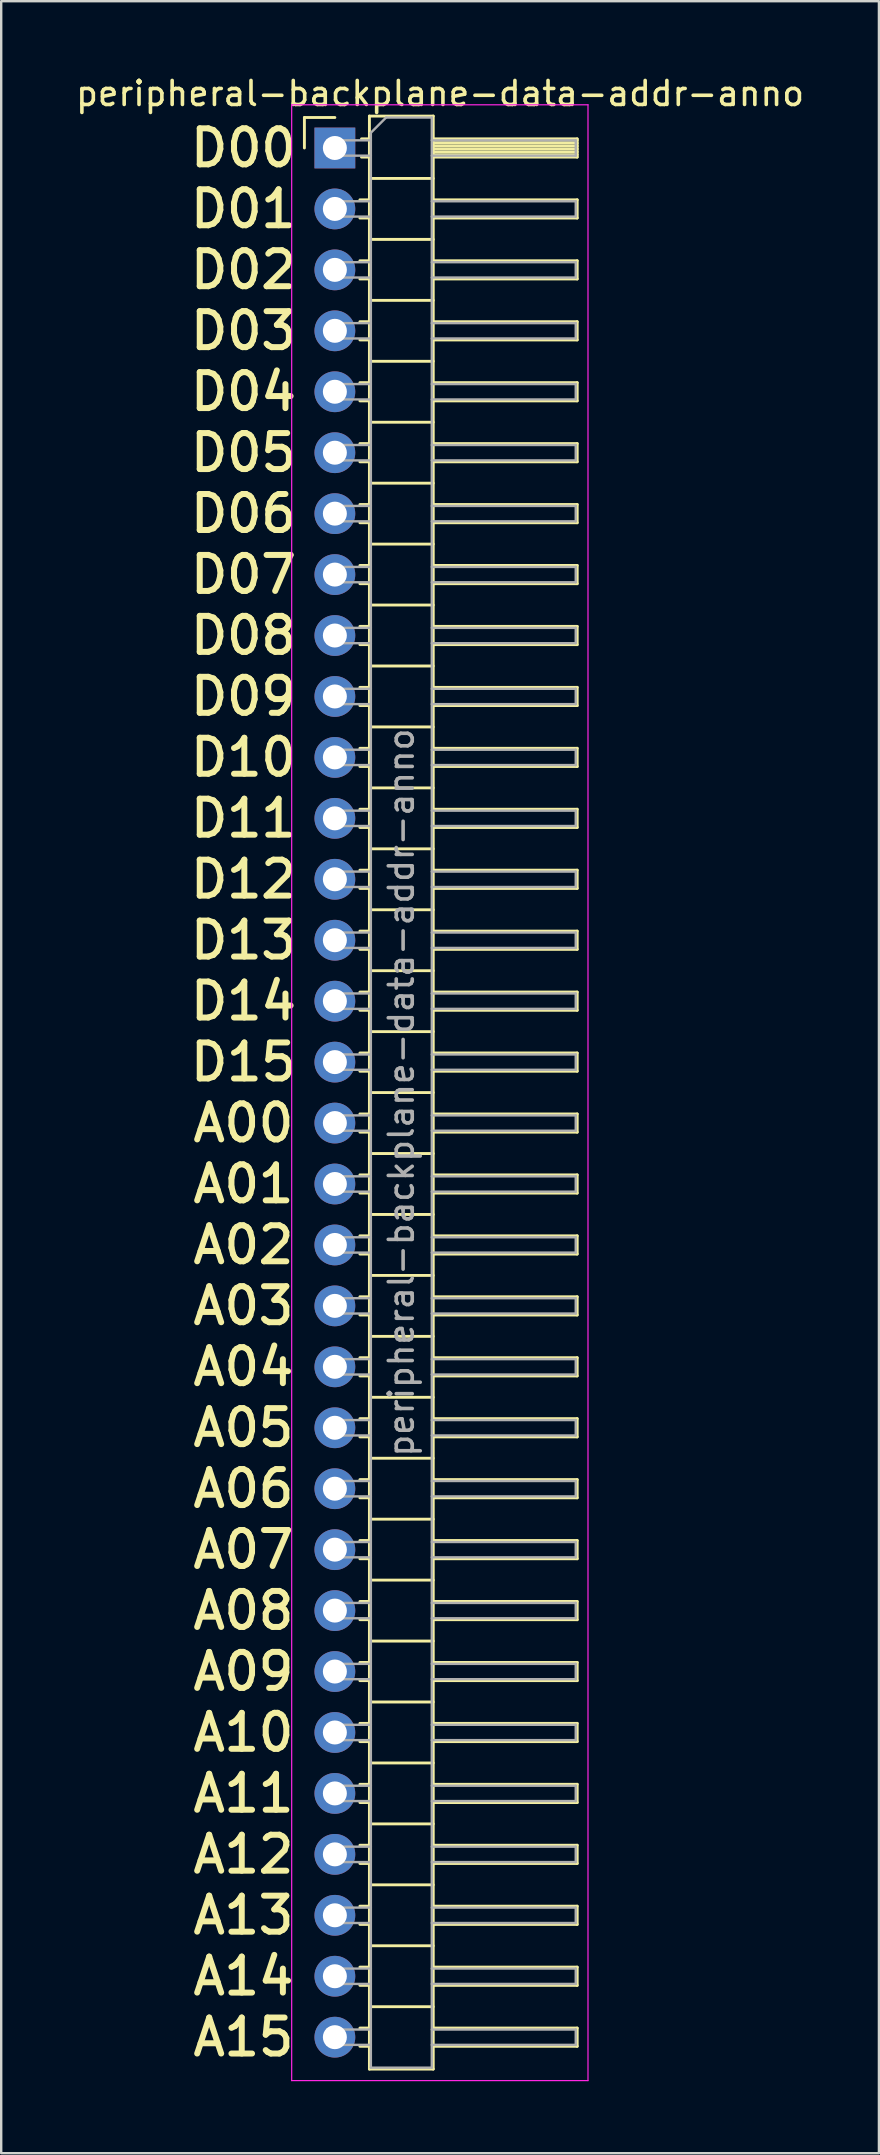
<source format=kicad_pcb>
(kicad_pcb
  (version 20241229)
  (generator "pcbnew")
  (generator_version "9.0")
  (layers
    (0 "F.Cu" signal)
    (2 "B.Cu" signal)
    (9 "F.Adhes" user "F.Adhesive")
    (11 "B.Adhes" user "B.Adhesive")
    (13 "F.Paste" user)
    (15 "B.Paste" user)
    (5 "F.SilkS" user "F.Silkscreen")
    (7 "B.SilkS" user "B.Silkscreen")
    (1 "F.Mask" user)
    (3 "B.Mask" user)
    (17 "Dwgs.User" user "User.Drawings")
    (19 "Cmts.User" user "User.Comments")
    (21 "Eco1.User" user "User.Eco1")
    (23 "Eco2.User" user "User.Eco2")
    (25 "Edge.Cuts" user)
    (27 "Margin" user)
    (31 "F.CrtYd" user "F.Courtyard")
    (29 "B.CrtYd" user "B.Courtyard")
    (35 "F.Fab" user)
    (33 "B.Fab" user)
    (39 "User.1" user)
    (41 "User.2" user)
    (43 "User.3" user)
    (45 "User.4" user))
  (footprint "peripheral-backplane-data-addr-anno"
    (layer "F.Cu")
    (at 10.907 3.118)
    (property "Reference" "peripheral-backplane-data-addr-anno" (at 4.385 -2.27 0) (layer "F.SilkS") (effects (font (size 1 1) (thickness 0.15))))
    (attr through_hole)
    (fp_line (start -1.27 -1.27) (end 0 -1.27) (stroke (width 0.12) (type solid)) (layer "F.SilkS"))
    (fp_line (start -1.27 0) (end -1.27 -1.27) (stroke (width 0.12) (type solid)) (layer "F.SilkS"))
    (fp_line (start 1.043 2.16) (end 1.44 2.16) (stroke (width 0.12) (type solid)) (layer "F.SilkS"))
    (fp_line (start 1.043 2.92) (end 1.44 2.92) (stroke (width 0.12) (type solid)) (layer "F.SilkS"))
    (fp_line (start 1.043 4.7) (end 1.44 4.7) (stroke (width 0.12) (type solid)) (layer "F.SilkS"))
    (fp_line (start 1.043 5.46) (end 1.44 5.46) (stroke (width 0.12) (type solid)) (layer "F.SilkS"))
    (fp_line (start 1.043 7.24) (end 1.44 7.24) (stroke (width 0.12) (type solid)) (layer "F.SilkS"))
    (fp_line (start 1.043 8) (end 1.44 8) (stroke (width 0.12) (type solid)) (layer "F.SilkS"))
    (fp_line (start 1.043 9.78) (end 1.44 9.78) (stroke (width 0.12) (type solid)) (layer "F.SilkS"))
    (fp_line (start 1.043 10.54) (end 1.44 10.54) (stroke (width 0.12) (type solid)) (layer "F.SilkS"))
    (fp_line (start 1.043 12.32) (end 1.44 12.32) (stroke (width 0.12) (type solid)) (layer "F.SilkS"))
    (fp_line (start 1.043 13.08) (end 1.44 13.08) (stroke (width 0.12) (type solid)) (layer "F.SilkS"))
    (fp_line (start 1.043 14.86) (end 1.44 14.86) (stroke (width 0.12) (type solid)) (layer "F.SilkS"))
    (fp_line (start 1.043 15.62) (end 1.44 15.62) (stroke (width 0.12) (type solid)) (layer "F.SilkS"))
    (fp_line (start 1.043 17.4) (end 1.44 17.4) (stroke (width 0.12) (type solid)) (layer "F.SilkS"))
    (fp_line (start 1.043 18.16) (end 1.44 18.16) (stroke (width 0.12) (type solid)) (layer "F.SilkS"))
    (fp_line (start 1.043 19.94) (end 1.44 19.94) (stroke (width 0.12) (type solid)) (layer "F.SilkS"))
    (fp_line (start 1.043 20.7) (end 1.44 20.7) (stroke (width 0.12) (type solid)) (layer "F.SilkS"))
    (fp_line (start 1.043 22.48) (end 1.44 22.48) (stroke (width 0.12) (type solid)) (layer "F.SilkS"))
    (fp_line (start 1.043 23.24) (end 1.44 23.24) (stroke (width 0.12) (type solid)) (layer "F.SilkS"))
    (fp_line (start 1.043 25.02) (end 1.44 25.02) (stroke (width 0.12) (type solid)) (layer "F.SilkS"))
    (fp_line (start 1.043 25.78) (end 1.44 25.78) (stroke (width 0.12) (type solid)) (layer "F.SilkS"))
    (fp_line (start 1.043 27.56) (end 1.44 27.56) (stroke (width 0.12) (type solid)) (layer "F.SilkS"))
    (fp_line (start 1.043 28.32) (end 1.44 28.32) (stroke (width 0.12) (type solid)) (layer "F.SilkS"))
    (fp_line (start 1.043 30.1) (end 1.44 30.1) (stroke (width 0.12) (type solid)) (layer "F.SilkS"))
    (fp_line (start 1.043 30.86) (end 1.44 30.86) (stroke (width 0.12) (type solid)) (layer "F.SilkS"))
    (fp_line (start 1.043 32.64) (end 1.44 32.64) (stroke (width 0.12) (type solid)) (layer "F.SilkS"))
    (fp_line (start 1.043 33.4) (end 1.44 33.4) (stroke (width 0.12) (type solid)) (layer "F.SilkS"))
    (fp_line (start 1.043 35.18) (end 1.44 35.18) (stroke (width 0.12) (type solid)) (layer "F.SilkS"))
    (fp_line (start 1.043 35.94) (end 1.44 35.94) (stroke (width 0.12) (type solid)) (layer "F.SilkS"))
    (fp_line (start 1.043 37.72) (end 1.44 37.72) (stroke (width 0.12) (type solid)) (layer "F.SilkS"))
    (fp_line (start 1.043 38.48) (end 1.44 38.48) (stroke (width 0.12) (type solid)) (layer "F.SilkS"))
    (fp_line (start 1.043 40.26) (end 1.44 40.26) (stroke (width 0.12) (type solid)) (layer "F.SilkS"))
    (fp_line (start 1.043 41.02) (end 1.44 41.02) (stroke (width 0.12) (type solid)) (layer "F.SilkS"))
    (fp_line (start 1.043 42.8) (end 1.44 42.8) (stroke (width 0.12) (type solid)) (layer "F.SilkS"))
    (fp_line (start 1.043 43.56) (end 1.44 43.56) (stroke (width 0.12) (type solid)) (layer "F.SilkS"))
    (fp_line (start 1.043 45.34) (end 1.44 45.34) (stroke (width 0.12) (type solid)) (layer "F.SilkS"))
    (fp_line (start 1.043 46.1) (end 1.44 46.1) (stroke (width 0.12) (type solid)) (layer "F.SilkS"))
    (fp_line (start 1.043 47.88) (end 1.44 47.88) (stroke (width 0.12) (type solid)) (layer "F.SilkS"))
    (fp_line (start 1.043 48.64) (end 1.44 48.64) (stroke (width 0.12) (type solid)) (layer "F.SilkS"))
    (fp_line (start 1.043 50.42) (end 1.44 50.42) (stroke (width 0.12) (type solid)) (layer "F.SilkS"))
    (fp_line (start 1.043 51.18) (end 1.44 51.18) (stroke (width 0.12) (type solid)) (layer "F.SilkS"))
    (fp_line (start 1.043 52.96) (end 1.44 52.96) (stroke (width 0.12) (type solid)) (layer "F.SilkS"))
    (fp_line (start 1.043 53.72) (end 1.44 53.72) (stroke (width 0.12) (type solid)) (layer "F.SilkS"))
    (fp_line (start 1.043 55.5) (end 1.44 55.5) (stroke (width 0.12) (type solid)) (layer "F.SilkS"))
    (fp_line (start 1.043 56.26) (end 1.44 56.26) (stroke (width 0.12) (type solid)) (layer "F.SilkS"))
    (fp_line (start 1.043 58.04) (end 1.44 58.04) (stroke (width 0.12) (type solid)) (layer "F.SilkS"))
    (fp_line (start 1.043 58.8) (end 1.44 58.8) (stroke (width 0.12) (type solid)) (layer "F.SilkS"))
    (fp_line (start 1.043 60.58) (end 1.44 60.58) (stroke (width 0.12) (type solid)) (layer "F.SilkS"))
    (fp_line (start 1.043 61.34) (end 1.44 61.34) (stroke (width 0.12) (type solid)) (layer "F.SilkS"))
    (fp_line (start 1.043 63.12) (end 1.44 63.12) (stroke (width 0.12) (type solid)) (layer "F.SilkS"))
    (fp_line (start 1.043 63.88) (end 1.44 63.88) (stroke (width 0.12) (type solid)) (layer "F.SilkS"))
    (fp_line (start 1.043 65.66) (end 1.44 65.66) (stroke (width 0.12) (type solid)) (layer "F.SilkS"))
    (fp_line (start 1.043 66.42) (end 1.44 66.42) (stroke (width 0.12) (type solid)) (layer "F.SilkS"))
    (fp_line (start 1.043 68.2) (end 1.44 68.2) (stroke (width 0.12) (type solid)) (layer "F.SilkS"))
    (fp_line (start 1.043 68.96) (end 1.44 68.96) (stroke (width 0.12) (type solid)) (layer "F.SilkS"))
    (fp_line (start 1.043 70.74) (end 1.44 70.74) (stroke (width 0.12) (type solid)) (layer "F.SilkS"))
    (fp_line (start 1.043 71.5) (end 1.44 71.5) (stroke (width 0.12) (type solid)) (layer "F.SilkS"))
    (fp_line (start 1.043 73.28) (end 1.44 73.28) (stroke (width 0.12) (type solid)) (layer "F.SilkS"))
    (fp_line (start 1.043 74.04) (end 1.44 74.04) (stroke (width 0.12) (type solid)) (layer "F.SilkS"))
    (fp_line (start 1.043 75.82) (end 1.44 75.82) (stroke (width 0.12) (type solid)) (layer "F.SilkS"))
    (fp_line (start 1.043 76.58) (end 1.44 76.58) (stroke (width 0.12) (type solid)) (layer "F.SilkS"))
    (fp_line (start 1.043 78.36) (end 1.44 78.36) (stroke (width 0.12) (type solid)) (layer "F.SilkS"))
    (fp_line (start 1.043 79.12) (end 1.44 79.12) (stroke (width 0.12) (type solid)) (layer "F.SilkS"))
    (fp_line (start 1.11 -0.38) (end 1.44 -0.38) (stroke (width 0.12) (type solid)) (layer "F.SilkS"))
    (fp_line (start 1.11 0.38) (end 1.44 0.38) (stroke (width 0.12) (type solid)) (layer "F.SilkS"))
    (fp_line (start 1.44 -1.33) (end 1.44 80.07) (stroke (width 0.12) (type solid)) (layer "F.SilkS"))
    (fp_line (start 1.44 1.27) (end 4.1 1.27) (stroke (width 0.12) (type solid)) (layer "F.SilkS"))
    (fp_line (start 1.44 3.81) (end 4.1 3.81) (stroke (width 0.12) (type solid)) (layer "F.SilkS"))
    (fp_line (start 1.44 6.35) (end 4.1 6.35) (stroke (width 0.12) (type solid)) (layer "F.SilkS"))
    (fp_line (start 1.44 8.89) (end 4.1 8.89) (stroke (width 0.12) (type solid)) (layer "F.SilkS"))
    (fp_line (start 1.44 11.43) (end 4.1 11.43) (stroke (width 0.12) (type solid)) (layer "F.SilkS"))
    (fp_line (start 1.44 13.97) (end 4.1 13.97) (stroke (width 0.12) (type solid)) (layer "F.SilkS"))
    (fp_line (start 1.44 16.51) (end 4.1 16.51) (stroke (width 0.12) (type solid)) (layer "F.SilkS"))
    (fp_line (start 1.44 19.05) (end 4.1 19.05) (stroke (width 0.12) (type solid)) (layer "F.SilkS"))
    (fp_line (start 1.44 21.59) (end 4.1 21.59) (stroke (width 0.12) (type solid)) (layer "F.SilkS"))
    (fp_line (start 1.44 24.13) (end 4.1 24.13) (stroke (width 0.12) (type solid)) (layer "F.SilkS"))
    (fp_line (start 1.44 26.67) (end 4.1 26.67) (stroke (width 0.12) (type solid)) (layer "F.SilkS"))
    (fp_line (start 1.44 29.21) (end 4.1 29.21) (stroke (width 0.12) (type solid)) (layer "F.SilkS"))
    (fp_line (start 1.44 31.75) (end 4.1 31.75) (stroke (width 0.12) (type solid)) (layer "F.SilkS"))
    (fp_line (start 1.44 34.29) (end 4.1 34.29) (stroke (width 0.12) (type solid)) (layer "F.SilkS"))
    (fp_line (start 1.44 36.83) (end 4.1 36.83) (stroke (width 0.12) (type solid)) (layer "F.SilkS"))
    (fp_line (start 1.44 39.37) (end 4.1 39.37) (stroke (width 0.12) (type solid)) (layer "F.SilkS"))
    (fp_line (start 1.44 41.91) (end 4.1 41.91) (stroke (width 0.12) (type solid)) (layer "F.SilkS"))
    (fp_line (start 1.44 44.45) (end 4.1 44.45) (stroke (width 0.12) (type solid)) (layer "F.SilkS"))
    (fp_line (start 1.44 46.99) (end 4.1 46.99) (stroke (width 0.12) (type solid)) (layer "F.SilkS"))
    (fp_line (start 1.44 49.53) (end 4.1 49.53) (stroke (width 0.12) (type solid)) (layer "F.SilkS"))
    (fp_line (start 1.44 52.07) (end 4.1 52.07) (stroke (width 0.12) (type solid)) (layer "F.SilkS"))
    (fp_line (start 1.44 54.61) (end 4.1 54.61) (stroke (width 0.12) (type solid)) (layer "F.SilkS"))
    (fp_line (start 1.44 57.15) (end 4.1 57.15) (stroke (width 0.12) (type solid)) (layer "F.SilkS"))
    (fp_line (start 1.44 59.69) (end 4.1 59.69) (stroke (width 0.12) (type solid)) (layer "F.SilkS"))
    (fp_line (start 1.44 62.23) (end 4.1 62.23) (stroke (width 0.12) (type solid)) (layer "F.SilkS"))
    (fp_line (start 1.44 64.77) (end 4.1 64.77) (stroke (width 0.12) (type solid)) (layer "F.SilkS"))
    (fp_line (start 1.44 67.31) (end 4.1 67.31) (stroke (width 0.12) (type solid)) (layer "F.SilkS"))
    (fp_line (start 1.44 69.85) (end 4.1 69.85) (stroke (width 0.12) (type solid)) (layer "F.SilkS"))
    (fp_line (start 1.44 72.39) (end 4.1 72.39) (stroke (width 0.12) (type solid)) (layer "F.SilkS"))
    (fp_line (start 1.44 74.93) (end 4.1 74.93) (stroke (width 0.12) (type solid)) (layer "F.SilkS"))
    (fp_line (start 1.44 77.47) (end 4.1 77.47) (stroke (width 0.12) (type solid)) (layer "F.SilkS"))
    (fp_line (start 1.44 80.07) (end 4.1 80.07) (stroke (width 0.12) (type solid)) (layer "F.SilkS"))
    (fp_line (start 4.1 -1.33) (end 1.44 -1.33) (stroke (width 0.12) (type solid)) (layer "F.SilkS"))
    (fp_line (start 4.1 -0.38) (end 10.1 -0.38) (stroke (width 0.12) (type solid)) (layer "F.SilkS"))
    (fp_line (start 4.1 -0.32) (end 10.1 -0.32) (stroke (width 0.12) (type solid)) (layer "F.SilkS"))
    (fp_line (start 4.1 -0.2) (end 10.1 -0.2) (stroke (width 0.12) (type solid)) (layer "F.SilkS"))
    (fp_line (start 4.1 -0.08) (end 10.1 -0.08) (stroke (width 0.12) (type solid)) (layer "F.SilkS"))
    (fp_line (start 4.1 0.04) (end 10.1 0.04) (stroke (width 0.12) (type solid)) (layer "F.SilkS"))
    (fp_line (start 4.1 0.16) (end 10.1 0.16) (stroke (width 0.12) (type solid)) (layer "F.SilkS"))
    (fp_line (start 4.1 0.28) (end 10.1 0.28) (stroke (width 0.12) (type solid)) (layer "F.SilkS"))
    (fp_line (start 4.1 2.16) (end 10.1 2.16) (stroke (width 0.12) (type solid)) (layer "F.SilkS"))
    (fp_line (start 4.1 4.7) (end 10.1 4.7) (stroke (width 0.12) (type solid)) (layer "F.SilkS"))
    (fp_line (start 4.1 7.24) (end 10.1 7.24) (stroke (width 0.12) (type solid)) (layer "F.SilkS"))
    (fp_line (start 4.1 9.78) (end 10.1 9.78) (stroke (width 0.12) (type solid)) (layer "F.SilkS"))
    (fp_line (start 4.1 12.32) (end 10.1 12.32) (stroke (width 0.12) (type solid)) (layer "F.SilkS"))
    (fp_line (start 4.1 14.86) (end 10.1 14.86) (stroke (width 0.12) (type solid)) (layer "F.SilkS"))
    (fp_line (start 4.1 17.4) (end 10.1 17.4) (stroke (width 0.12) (type solid)) (layer "F.SilkS"))
    (fp_line (start 4.1 19.94) (end 10.1 19.94) (stroke (width 0.12) (type solid)) (layer "F.SilkS"))
    (fp_line (start 4.1 22.48) (end 10.1 22.48) (stroke (width 0.12) (type solid)) (layer "F.SilkS"))
    (fp_line (start 4.1 25.02) (end 10.1 25.02) (stroke (width 0.12) (type solid)) (layer "F.SilkS"))
    (fp_line (start 4.1 27.56) (end 10.1 27.56) (stroke (width 0.12) (type solid)) (layer "F.SilkS"))
    (fp_line (start 4.1 30.1) (end 10.1 30.1) (stroke (width 0.12) (type solid)) (layer "F.SilkS"))
    (fp_line (start 4.1 32.64) (end 10.1 32.64) (stroke (width 0.12) (type solid)) (layer "F.SilkS"))
    (fp_line (start 4.1 35.18) (end 10.1 35.18) (stroke (width 0.12) (type solid)) (layer "F.SilkS"))
    (fp_line (start 4.1 37.72) (end 10.1 37.72) (stroke (width 0.12) (type solid)) (layer "F.SilkS"))
    (fp_line (start 4.1 40.26) (end 10.1 40.26) (stroke (width 0.12) (type solid)) (layer "F.SilkS"))
    (fp_line (start 4.1 42.8) (end 10.1 42.8) (stroke (width 0.12) (type solid)) (layer "F.SilkS"))
    (fp_line (start 4.1 45.34) (end 10.1 45.34) (stroke (width 0.12) (type solid)) (layer "F.SilkS"))
    (fp_line (start 4.1 47.88) (end 10.1 47.88) (stroke (width 0.12) (type solid)) (layer "F.SilkS"))
    (fp_line (start 4.1 50.42) (end 10.1 50.42) (stroke (width 0.12) (type solid)) (layer "F.SilkS"))
    (fp_line (start 4.1 52.96) (end 10.1 52.96) (stroke (width 0.12) (type solid)) (layer "F.SilkS"))
    (fp_line (start 4.1 55.5) (end 10.1 55.5) (stroke (width 0.12) (type solid)) (layer "F.SilkS"))
    (fp_line (start 4.1 58.04) (end 10.1 58.04) (stroke (width 0.12) (type solid)) (layer "F.SilkS"))
    (fp_line (start 4.1 60.58) (end 10.1 60.58) (stroke (width 0.12) (type solid)) (layer "F.SilkS"))
    (fp_line (start 4.1 63.12) (end 10.1 63.12) (stroke (width 0.12) (type solid)) (layer "F.SilkS"))
    (fp_line (start 4.1 65.66) (end 10.1 65.66) (stroke (width 0.12) (type solid)) (layer "F.SilkS"))
    (fp_line (start 4.1 68.2) (end 10.1 68.2) (stroke (width 0.12) (type solid)) (layer "F.SilkS"))
    (fp_line (start 4.1 70.74) (end 10.1 70.74) (stroke (width 0.12) (type solid)) (layer "F.SilkS"))
    (fp_line (start 4.1 73.28) (end 10.1 73.28) (stroke (width 0.12) (type solid)) (layer "F.SilkS"))
    (fp_line (start 4.1 75.82) (end 10.1 75.82) (stroke (width 0.12) (type solid)) (layer "F.SilkS"))
    (fp_line (start 4.1 78.36) (end 10.1 78.36) (stroke (width 0.12) (type solid)) (layer "F.SilkS"))
    (fp_line (start 4.1 80.07) (end 4.1 -1.33) (stroke (width 0.12) (type solid)) (layer "F.SilkS"))
    (fp_line (start 10.1 -0.38) (end 10.1 0.38) (stroke (width 0.12) (type solid)) (layer "F.SilkS"))
    (fp_line (start 10.1 0.38) (end 4.1 0.38) (stroke (width 0.12) (type solid)) (layer "F.SilkS"))
    (fp_line (start 10.1 2.16) (end 10.1 2.92) (stroke (width 0.12) (type solid)) (layer "F.SilkS"))
    (fp_line (start 10.1 2.92) (end 4.1 2.92) (stroke (width 0.12) (type solid)) (layer "F.SilkS"))
    (fp_line (start 10.1 4.7) (end 10.1 5.46) (stroke (width 0.12) (type solid)) (layer "F.SilkS"))
    (fp_line (start 10.1 5.46) (end 4.1 5.46) (stroke (width 0.12) (type solid)) (layer "F.SilkS"))
    (fp_line (start 10.1 7.24) (end 10.1 8) (stroke (width 0.12) (type solid)) (layer "F.SilkS"))
    (fp_line (start 10.1 8) (end 4.1 8) (stroke (width 0.12) (type solid)) (layer "F.SilkS"))
    (fp_line (start 10.1 9.78) (end 10.1 10.54) (stroke (width 0.12) (type solid)) (layer "F.SilkS"))
    (fp_line (start 10.1 10.54) (end 4.1 10.54) (stroke (width 0.12) (type solid)) (layer "F.SilkS"))
    (fp_line (start 10.1 12.32) (end 10.1 13.08) (stroke (width 0.12) (type solid)) (layer "F.SilkS"))
    (fp_line (start 10.1 13.08) (end 4.1 13.08) (stroke (width 0.12) (type solid)) (layer "F.SilkS"))
    (fp_line (start 10.1 14.86) (end 10.1 15.62) (stroke (width 0.12) (type solid)) (layer "F.SilkS"))
    (fp_line (start 10.1 15.62) (end 4.1 15.62) (stroke (width 0.12) (type solid)) (layer "F.SilkS"))
    (fp_line (start 10.1 17.4) (end 10.1 18.16) (stroke (width 0.12) (type solid)) (layer "F.SilkS"))
    (fp_line (start 10.1 18.16) (end 4.1 18.16) (stroke (width 0.12) (type solid)) (layer "F.SilkS"))
    (fp_line (start 10.1 19.94) (end 10.1 20.7) (stroke (width 0.12) (type solid)) (layer "F.SilkS"))
    (fp_line (start 10.1 20.7) (end 4.1 20.7) (stroke (width 0.12) (type solid)) (layer "F.SilkS"))
    (fp_line (start 10.1 22.48) (end 10.1 23.24) (stroke (width 0.12) (type solid)) (layer "F.SilkS"))
    (fp_line (start 10.1 23.24) (end 4.1 23.24) (stroke (width 0.12) (type solid)) (layer "F.SilkS"))
    (fp_line (start 10.1 25.02) (end 10.1 25.78) (stroke (width 0.12) (type solid)) (layer "F.SilkS"))
    (fp_line (start 10.1 25.78) (end 4.1 25.78) (stroke (width 0.12) (type solid)) (layer "F.SilkS"))
    (fp_line (start 10.1 27.56) (end 10.1 28.32) (stroke (width 0.12) (type solid)) (layer "F.SilkS"))
    (fp_line (start 10.1 28.32) (end 4.1 28.32) (stroke (width 0.12) (type solid)) (layer "F.SilkS"))
    (fp_line (start 10.1 30.1) (end 10.1 30.86) (stroke (width 0.12) (type solid)) (layer "F.SilkS"))
    (fp_line (start 10.1 30.86) (end 4.1 30.86) (stroke (width 0.12) (type solid)) (layer "F.SilkS"))
    (fp_line (start 10.1 32.64) (end 10.1 33.4) (stroke (width 0.12) (type solid)) (layer "F.SilkS"))
    (fp_line (start 10.1 33.4) (end 4.1 33.4) (stroke (width 0.12) (type solid)) (layer "F.SilkS"))
    (fp_line (start 10.1 35.18) (end 10.1 35.94) (stroke (width 0.12) (type solid)) (layer "F.SilkS"))
    (fp_line (start 10.1 35.94) (end 4.1 35.94) (stroke (width 0.12) (type solid)) (layer "F.SilkS"))
    (fp_line (start 10.1 37.72) (end 10.1 38.48) (stroke (width 0.12) (type solid)) (layer "F.SilkS"))
    (fp_line (start 10.1 38.48) (end 4.1 38.48) (stroke (width 0.12) (type solid)) (layer "F.SilkS"))
    (fp_line (start 10.1 40.26) (end 10.1 41.02) (stroke (width 0.12) (type solid)) (layer "F.SilkS"))
    (fp_line (start 10.1 41.02) (end 4.1 41.02) (stroke (width 0.12) (type solid)) (layer "F.SilkS"))
    (fp_line (start 10.1 42.8) (end 10.1 43.56) (stroke (width 0.12) (type solid)) (layer "F.SilkS"))
    (fp_line (start 10.1 43.56) (end 4.1 43.56) (stroke (width 0.12) (type solid)) (layer "F.SilkS"))
    (fp_line (start 10.1 45.34) (end 10.1 46.1) (stroke (width 0.12) (type solid)) (layer "F.SilkS"))
    (fp_line (start 10.1 46.1) (end 4.1 46.1) (stroke (width 0.12) (type solid)) (layer "F.SilkS"))
    (fp_line (start 10.1 47.88) (end 10.1 48.64) (stroke (width 0.12) (type solid)) (layer "F.SilkS"))
    (fp_line (start 10.1 48.64) (end 4.1 48.64) (stroke (width 0.12) (type solid)) (layer "F.SilkS"))
    (fp_line (start 10.1 50.42) (end 10.1 51.18) (stroke (width 0.12) (type solid)) (layer "F.SilkS"))
    (fp_line (start 10.1 51.18) (end 4.1 51.18) (stroke (width 0.12) (type solid)) (layer "F.SilkS"))
    (fp_line (start 10.1 52.96) (end 10.1 53.72) (stroke (width 0.12) (type solid)) (layer "F.SilkS"))
    (fp_line (start 10.1 53.72) (end 4.1 53.72) (stroke (width 0.12) (type solid)) (layer "F.SilkS"))
    (fp_line (start 10.1 55.5) (end 10.1 56.26) (stroke (width 0.12) (type solid)) (layer "F.SilkS"))
    (fp_line (start 10.1 56.26) (end 4.1 56.26) (stroke (width 0.12) (type solid)) (layer "F.SilkS"))
    (fp_line (start 10.1 58.04) (end 10.1 58.8) (stroke (width 0.12) (type solid)) (layer "F.SilkS"))
    (fp_line (start 10.1 58.8) (end 4.1 58.8) (stroke (width 0.12) (type solid)) (layer "F.SilkS"))
    (fp_line (start 10.1 60.58) (end 10.1 61.34) (stroke (width 0.12) (type solid)) (layer "F.SilkS"))
    (fp_line (start 10.1 61.34) (end 4.1 61.34) (stroke (width 0.12) (type solid)) (layer "F.SilkS"))
    (fp_line (start 10.1 63.12) (end 10.1 63.88) (stroke (width 0.12) (type solid)) (layer "F.SilkS"))
    (fp_line (start 10.1 63.88) (end 4.1 63.88) (stroke (width 0.12) (type solid)) (layer "F.SilkS"))
    (fp_line (start 10.1 65.66) (end 10.1 66.42) (stroke (width 0.12) (type solid)) (layer "F.SilkS"))
    (fp_line (start 10.1 66.42) (end 4.1 66.42) (stroke (width 0.12) (type solid)) (layer "F.SilkS"))
    (fp_line (start 10.1 68.2) (end 10.1 68.96) (stroke (width 0.12) (type solid)) (layer "F.SilkS"))
    (fp_line (start 10.1 68.96) (end 4.1 68.96) (stroke (width 0.12) (type solid)) (layer "F.SilkS"))
    (fp_line (start 10.1 70.74) (end 10.1 71.5) (stroke (width 0.12) (type solid)) (layer "F.SilkS"))
    (fp_line (start 10.1 71.5) (end 4.1 71.5) (stroke (width 0.12) (type solid)) (layer "F.SilkS"))
    (fp_line (start 10.1 73.28) (end 10.1 74.04) (stroke (width 0.12) (type solid)) (layer "F.SilkS"))
    (fp_line (start 10.1 74.04) (end 4.1 74.04) (stroke (width 0.12) (type solid)) (layer "F.SilkS"))
    (fp_line (start 10.1 75.82) (end 10.1 76.58) (stroke (width 0.12) (type solid)) (layer "F.SilkS"))
    (fp_line (start 10.1 76.58) (end 4.1 76.58) (stroke (width 0.12) (type solid)) (layer "F.SilkS"))
    (fp_line (start 10.1 78.36) (end 10.1 79.12) (stroke (width 0.12) (type solid)) (layer "F.SilkS"))
    (fp_line (start 10.1 79.12) (end 4.1 79.12) (stroke (width 0.12) (type solid)) (layer "F.SilkS"))
    (fp_line (start -1.8 -1.8) (end -1.8 80.55) (stroke (width 0.05) (type solid)) (layer "F.CrtYd"))
    (fp_line (start -1.8 80.55) (end 10.55 80.55) (stroke (width 0.05) (type solid)) (layer "F.CrtYd"))
    (fp_line (start 10.55 -1.8) (end -1.8 -1.8) (stroke (width 0.05) (type solid)) (layer "F.CrtYd"))
    (fp_line (start 10.55 80.55) (end 10.55 -1.8) (stroke (width 0.05) (type solid)) (layer "F.CrtYd"))
    (fp_line (start -0.32 -0.32) (end -0.32 0.32) (stroke (width 0.1) (type solid)) (layer "F.Fab"))
    (fp_line (start -0.32 -0.32) (end 1.5 -0.32) (stroke (width 0.1) (type solid)) (layer "F.Fab"))
    (fp_line (start -0.32 0.32) (end 1.5 0.32) (stroke (width 0.1) (type solid)) (layer "F.Fab"))
    (fp_line (start -0.32 2.22) (end -0.32 2.86) (stroke (width 0.1) (type solid)) (layer "F.Fab"))
    (fp_line (start -0.32 2.22) (end 1.5 2.22) (stroke (width 0.1) (type solid)) (layer "F.Fab"))
    (fp_line (start -0.32 2.86) (end 1.5 2.86) (stroke (width 0.1) (type solid)) (layer "F.Fab"))
    (fp_line (start -0.32 4.76) (end -0.32 5.4) (stroke (width 0.1) (type solid)) (layer "F.Fab"))
    (fp_line (start -0.32 4.76) (end 1.5 4.76) (stroke (width 0.1) (type solid)) (layer "F.Fab"))
    (fp_line (start -0.32 5.4) (end 1.5 5.4) (stroke (width 0.1) (type solid)) (layer "F.Fab"))
    (fp_line (start -0.32 7.3) (end -0.32 7.94) (stroke (width 0.1) (type solid)) (layer "F.Fab"))
    (fp_line (start -0.32 7.3) (end 1.5 7.3) (stroke (width 0.1) (type solid)) (layer "F.Fab"))
    (fp_line (start -0.32 7.94) (end 1.5 7.94) (stroke (width 0.1) (type solid)) (layer "F.Fab"))
    (fp_line (start -0.32 9.84) (end -0.32 10.48) (stroke (width 0.1) (type solid)) (layer "F.Fab"))
    (fp_line (start -0.32 9.84) (end 1.5 9.84) (stroke (width 0.1) (type solid)) (layer "F.Fab"))
    (fp_line (start -0.32 10.48) (end 1.5 10.48) (stroke (width 0.1) (type solid)) (layer "F.Fab"))
    (fp_line (start -0.32 12.38) (end -0.32 13.02) (stroke (width 0.1) (type solid)) (layer "F.Fab"))
    (fp_line (start -0.32 12.38) (end 1.5 12.38) (stroke (width 0.1) (type solid)) (layer "F.Fab"))
    (fp_line (start -0.32 13.02) (end 1.5 13.02) (stroke (width 0.1) (type solid)) (layer "F.Fab"))
    (fp_line (start -0.32 14.92) (end -0.32 15.56) (stroke (width 0.1) (type solid)) (layer "F.Fab"))
    (fp_line (start -0.32 14.92) (end 1.5 14.92) (stroke (width 0.1) (type solid)) (layer "F.Fab"))
    (fp_line (start -0.32 15.56) (end 1.5 15.56) (stroke (width 0.1) (type solid)) (layer "F.Fab"))
    (fp_line (start -0.32 17.46) (end -0.32 18.1) (stroke (width 0.1) (type solid)) (layer "F.Fab"))
    (fp_line (start -0.32 17.46) (end 1.5 17.46) (stroke (width 0.1) (type solid)) (layer "F.Fab"))
    (fp_line (start -0.32 18.1) (end 1.5 18.1) (stroke (width 0.1) (type solid)) (layer "F.Fab"))
    (fp_line (start -0.32 20) (end -0.32 20.64) (stroke (width 0.1) (type solid)) (layer "F.Fab"))
    (fp_line (start -0.32 20) (end 1.5 20) (stroke (width 0.1) (type solid)) (layer "F.Fab"))
    (fp_line (start -0.32 20.64) (end 1.5 20.64) (stroke (width 0.1) (type solid)) (layer "F.Fab"))
    (fp_line (start -0.32 22.54) (end -0.32 23.18) (stroke (width 0.1) (type solid)) (layer "F.Fab"))
    (fp_line (start -0.32 22.54) (end 1.5 22.54) (stroke (width 0.1) (type solid)) (layer "F.Fab"))
    (fp_line (start -0.32 23.18) (end 1.5 23.18) (stroke (width 0.1) (type solid)) (layer "F.Fab"))
    (fp_line (start -0.32 25.08) (end -0.32 25.72) (stroke (width 0.1) (type solid)) (layer "F.Fab"))
    (fp_line (start -0.32 25.08) (end 1.5 25.08) (stroke (width 0.1) (type solid)) (layer "F.Fab"))
    (fp_line (start -0.32 25.72) (end 1.5 25.72) (stroke (width 0.1) (type solid)) (layer "F.Fab"))
    (fp_line (start -0.32 27.62) (end -0.32 28.26) (stroke (width 0.1) (type solid)) (layer "F.Fab"))
    (fp_line (start -0.32 27.62) (end 1.5 27.62) (stroke (width 0.1) (type solid)) (layer "F.Fab"))
    (fp_line (start -0.32 28.26) (end 1.5 28.26) (stroke (width 0.1) (type solid)) (layer "F.Fab"))
    (fp_line (start -0.32 30.16) (end -0.32 30.8) (stroke (width 0.1) (type solid)) (layer "F.Fab"))
    (fp_line (start -0.32 30.16) (end 1.5 30.16) (stroke (width 0.1) (type solid)) (layer "F.Fab"))
    (fp_line (start -0.32 30.8) (end 1.5 30.8) (stroke (width 0.1) (type solid)) (layer "F.Fab"))
    (fp_line (start -0.32 32.7) (end -0.32 33.34) (stroke (width 0.1) (type solid)) (layer "F.Fab"))
    (fp_line (start -0.32 32.7) (end 1.5 32.7) (stroke (width 0.1) (type solid)) (layer "F.Fab"))
    (fp_line (start -0.32 33.34) (end 1.5 33.34) (stroke (width 0.1) (type solid)) (layer "F.Fab"))
    (fp_line (start -0.32 35.24) (end -0.32 35.88) (stroke (width 0.1) (type solid)) (layer "F.Fab"))
    (fp_line (start -0.32 35.24) (end 1.5 35.24) (stroke (width 0.1) (type solid)) (layer "F.Fab"))
    (fp_line (start -0.32 35.88) (end 1.5 35.88) (stroke (width 0.1) (type solid)) (layer "F.Fab"))
    (fp_line (start -0.32 37.78) (end -0.32 38.42) (stroke (width 0.1) (type solid)) (layer "F.Fab"))
    (fp_line (start -0.32 37.78) (end 1.5 37.78) (stroke (width 0.1) (type solid)) (layer "F.Fab"))
    (fp_line (start -0.32 38.42) (end 1.5 38.42) (stroke (width 0.1) (type solid)) (layer "F.Fab"))
    (fp_line (start -0.32 40.32) (end -0.32 40.96) (stroke (width 0.1) (type solid)) (layer "F.Fab"))
    (fp_line (start -0.32 40.32) (end 1.5 40.32) (stroke (width 0.1) (type solid)) (layer "F.Fab"))
    (fp_line (start -0.32 40.96) (end 1.5 40.96) (stroke (width 0.1) (type solid)) (layer "F.Fab"))
    (fp_line (start -0.32 42.86) (end -0.32 43.5) (stroke (width 0.1) (type solid)) (layer "F.Fab"))
    (fp_line (start -0.32 42.86) (end 1.5 42.86) (stroke (width 0.1) (type solid)) (layer "F.Fab"))
    (fp_line (start -0.32 43.5) (end 1.5 43.5) (stroke (width 0.1) (type solid)) (layer "F.Fab"))
    (fp_line (start -0.32 45.4) (end -0.32 46.04) (stroke (width 0.1) (type solid)) (layer "F.Fab"))
    (fp_line (start -0.32 45.4) (end 1.5 45.4) (stroke (width 0.1) (type solid)) (layer "F.Fab"))
    (fp_line (start -0.32 46.04) (end 1.5 46.04) (stroke (width 0.1) (type solid)) (layer "F.Fab"))
    (fp_line (start -0.32 47.94) (end -0.32 48.58) (stroke (width 0.1) (type solid)) (layer "F.Fab"))
    (fp_line (start -0.32 47.94) (end 1.5 47.94) (stroke (width 0.1) (type solid)) (layer "F.Fab"))
    (fp_line (start -0.32 48.58) (end 1.5 48.58) (stroke (width 0.1) (type solid)) (layer "F.Fab"))
    (fp_line (start -0.32 50.48) (end -0.32 51.12) (stroke (width 0.1) (type solid)) (layer "F.Fab"))
    (fp_line (start -0.32 50.48) (end 1.5 50.48) (stroke (width 0.1) (type solid)) (layer "F.Fab"))
    (fp_line (start -0.32 51.12) (end 1.5 51.12) (stroke (width 0.1) (type solid)) (layer "F.Fab"))
    (fp_line (start -0.32 53.02) (end -0.32 53.66) (stroke (width 0.1) (type solid)) (layer "F.Fab"))
    (fp_line (start -0.32 53.02) (end 1.5 53.02) (stroke (width 0.1) (type solid)) (layer "F.Fab"))
    (fp_line (start -0.32 53.66) (end 1.5 53.66) (stroke (width 0.1) (type solid)) (layer "F.Fab"))
    (fp_line (start -0.32 55.56) (end -0.32 56.2) (stroke (width 0.1) (type solid)) (layer "F.Fab"))
    (fp_line (start -0.32 55.56) (end 1.5 55.56) (stroke (width 0.1) (type solid)) (layer "F.Fab"))
    (fp_line (start -0.32 56.2) (end 1.5 56.2) (stroke (width 0.1) (type solid)) (layer "F.Fab"))
    (fp_line (start -0.32 58.1) (end -0.32 58.74) (stroke (width 0.1) (type solid)) (layer "F.Fab"))
    (fp_line (start -0.32 58.1) (end 1.5 58.1) (stroke (width 0.1) (type solid)) (layer "F.Fab"))
    (fp_line (start -0.32 58.74) (end 1.5 58.74) (stroke (width 0.1) (type solid)) (layer "F.Fab"))
    (fp_line (start -0.32 60.64) (end -0.32 61.28) (stroke (width 0.1) (type solid)) (layer "F.Fab"))
    (fp_line (start -0.32 60.64) (end 1.5 60.64) (stroke (width 0.1) (type solid)) (layer "F.Fab"))
    (fp_line (start -0.32 61.28) (end 1.5 61.28) (stroke (width 0.1) (type solid)) (layer "F.Fab"))
    (fp_line (start -0.32 63.18) (end -0.32 63.82) (stroke (width 0.1) (type solid)) (layer "F.Fab"))
    (fp_line (start -0.32 63.18) (end 1.5 63.18) (stroke (width 0.1) (type solid)) (layer "F.Fab"))
    (fp_line (start -0.32 63.82) (end 1.5 63.82) (stroke (width 0.1) (type solid)) (layer "F.Fab"))
    (fp_line (start -0.32 65.72) (end -0.32 66.36) (stroke (width 0.1) (type solid)) (layer "F.Fab"))
    (fp_line (start -0.32 65.72) (end 1.5 65.72) (stroke (width 0.1) (type solid)) (layer "F.Fab"))
    (fp_line (start -0.32 66.36) (end 1.5 66.36) (stroke (width 0.1) (type solid)) (layer "F.Fab"))
    (fp_line (start -0.32 68.26) (end -0.32 68.9) (stroke (width 0.1) (type solid)) (layer "F.Fab"))
    (fp_line (start -0.32 68.26) (end 1.5 68.26) (stroke (width 0.1) (type solid)) (layer "F.Fab"))
    (fp_line (start -0.32 68.9) (end 1.5 68.9) (stroke (width 0.1) (type solid)) (layer "F.Fab"))
    (fp_line (start -0.32 70.8) (end -0.32 71.44) (stroke (width 0.1) (type solid)) (layer "F.Fab"))
    (fp_line (start -0.32 70.8) (end 1.5 70.8) (stroke (width 0.1) (type solid)) (layer "F.Fab"))
    (fp_line (start -0.32 71.44) (end 1.5 71.44) (stroke (width 0.1) (type solid)) (layer "F.Fab"))
    (fp_line (start -0.32 73.34) (end -0.32 73.98) (stroke (width 0.1) (type solid)) (layer "F.Fab"))
    (fp_line (start -0.32 73.34) (end 1.5 73.34) (stroke (width 0.1) (type solid)) (layer "F.Fab"))
    (fp_line (start -0.32 73.98) (end 1.5 73.98) (stroke (width 0.1) (type solid)) (layer "F.Fab"))
    (fp_line (start -0.32 75.88) (end -0.32 76.52) (stroke (width 0.1) (type solid)) (layer "F.Fab"))
    (fp_line (start -0.32 75.88) (end 1.5 75.88) (stroke (width 0.1) (type solid)) (layer "F.Fab"))
    (fp_line (start -0.32 76.52) (end 1.5 76.52) (stroke (width 0.1) (type solid)) (layer "F.Fab"))
    (fp_line (start -0.32 78.42) (end -0.32 79.06) (stroke (width 0.1) (type solid)) (layer "F.Fab"))
    (fp_line (start -0.32 78.42) (end 1.5 78.42) (stroke (width 0.1) (type solid)) (layer "F.Fab"))
    (fp_line (start -0.32 79.06) (end 1.5 79.06) (stroke (width 0.1) (type solid)) (layer "F.Fab"))
    (fp_line (start 1.5 -0.635) (end 2.135 -1.27) (stroke (width 0.1) (type solid)) (layer "F.Fab"))
    (fp_line (start 1.5 80.01) (end 1.5 -0.635) (stroke (width 0.1) (type solid)) (layer "F.Fab"))
    (fp_line (start 2.135 -1.27) (end 4.04 -1.27) (stroke (width 0.1) (type solid)) (layer "F.Fab"))
    (fp_line (start 4.04 -1.27) (end 4.04 80.01) (stroke (width 0.1) (type solid)) (layer "F.Fab"))
    (fp_line (start 4.04 -0.32) (end 10.04 -0.32) (stroke (width 0.1) (type solid)) (layer "F.Fab"))
    (fp_line (start 4.04 0.32) (end 10.04 0.32) (stroke (width 0.1) (type solid)) (layer "F.Fab"))
    (fp_line (start 4.04 2.22) (end 10.04 2.22) (stroke (width 0.1) (type solid)) (layer "F.Fab"))
    (fp_line (start 4.04 2.86) (end 10.04 2.86) (stroke (width 0.1) (type solid)) (layer "F.Fab"))
    (fp_line (start 4.04 4.76) (end 10.04 4.76) (stroke (width 0.1) (type solid)) (layer "F.Fab"))
    (fp_line (start 4.04 5.4) (end 10.04 5.4) (stroke (width 0.1) (type solid)) (layer "F.Fab"))
    (fp_line (start 4.04 7.3) (end 10.04 7.3) (stroke (width 0.1) (type solid)) (layer "F.Fab"))
    (fp_line (start 4.04 7.94) (end 10.04 7.94) (stroke (width 0.1) (type solid)) (layer "F.Fab"))
    (fp_line (start 4.04 9.84) (end 10.04 9.84) (stroke (width 0.1) (type solid)) (layer "F.Fab"))
    (fp_line (start 4.04 10.48) (end 10.04 10.48) (stroke (width 0.1) (type solid)) (layer "F.Fab"))
    (fp_line (start 4.04 12.38) (end 10.04 12.38) (stroke (width 0.1) (type solid)) (layer "F.Fab"))
    (fp_line (start 4.04 13.02) (end 10.04 13.02) (stroke (width 0.1) (type solid)) (layer "F.Fab"))
    (fp_line (start 4.04 14.92) (end 10.04 14.92) (stroke (width 0.1) (type solid)) (layer "F.Fab"))
    (fp_line (start 4.04 15.56) (end 10.04 15.56) (stroke (width 0.1) (type solid)) (layer "F.Fab"))
    (fp_line (start 4.04 17.46) (end 10.04 17.46) (stroke (width 0.1) (type solid)) (layer "F.Fab"))
    (fp_line (start 4.04 18.1) (end 10.04 18.1) (stroke (width 0.1) (type solid)) (layer "F.Fab"))
    (fp_line (start 4.04 20) (end 10.04 20) (stroke (width 0.1) (type solid)) (layer "F.Fab"))
    (fp_line (start 4.04 20.64) (end 10.04 20.64) (stroke (width 0.1) (type solid)) (layer "F.Fab"))
    (fp_line (start 4.04 22.54) (end 10.04 22.54) (stroke (width 0.1) (type solid)) (layer "F.Fab"))
    (fp_line (start 4.04 23.18) (end 10.04 23.18) (stroke (width 0.1) (type solid)) (layer "F.Fab"))
    (fp_line (start 4.04 25.08) (end 10.04 25.08) (stroke (width 0.1) (type solid)) (layer "F.Fab"))
    (fp_line (start 4.04 25.72) (end 10.04 25.72) (stroke (width 0.1) (type solid)) (layer "F.Fab"))
    (fp_line (start 4.04 27.62) (end 10.04 27.62) (stroke (width 0.1) (type solid)) (layer "F.Fab"))
    (fp_line (start 4.04 28.26) (end 10.04 28.26) (stroke (width 0.1) (type solid)) (layer "F.Fab"))
    (fp_line (start 4.04 30.16) (end 10.04 30.16) (stroke (width 0.1) (type solid)) (layer "F.Fab"))
    (fp_line (start 4.04 30.8) (end 10.04 30.8) (stroke (width 0.1) (type solid)) (layer "F.Fab"))
    (fp_line (start 4.04 32.7) (end 10.04 32.7) (stroke (width 0.1) (type solid)) (layer "F.Fab"))
    (fp_line (start 4.04 33.34) (end 10.04 33.34) (stroke (width 0.1) (type solid)) (layer "F.Fab"))
    (fp_line (start 4.04 35.24) (end 10.04 35.24) (stroke (width 0.1) (type solid)) (layer "F.Fab"))
    (fp_line (start 4.04 35.88) (end 10.04 35.88) (stroke (width 0.1) (type solid)) (layer "F.Fab"))
    (fp_line (start 4.04 37.78) (end 10.04 37.78) (stroke (width 0.1) (type solid)) (layer "F.Fab"))
    (fp_line (start 4.04 38.42) (end 10.04 38.42) (stroke (width 0.1) (type solid)) (layer "F.Fab"))
    (fp_line (start 4.04 40.32) (end 10.04 40.32) (stroke (width 0.1) (type solid)) (layer "F.Fab"))
    (fp_line (start 4.04 40.96) (end 10.04 40.96) (stroke (width 0.1) (type solid)) (layer "F.Fab"))
    (fp_line (start 4.04 42.86) (end 10.04 42.86) (stroke (width 0.1) (type solid)) (layer "F.Fab"))
    (fp_line (start 4.04 43.5) (end 10.04 43.5) (stroke (width 0.1) (type solid)) (layer "F.Fab"))
    (fp_line (start 4.04 45.4) (end 10.04 45.4) (stroke (width 0.1) (type solid)) (layer "F.Fab"))
    (fp_line (start 4.04 46.04) (end 10.04 46.04) (stroke (width 0.1) (type solid)) (layer "F.Fab"))
    (fp_line (start 4.04 47.94) (end 10.04 47.94) (stroke (width 0.1) (type solid)) (layer "F.Fab"))
    (fp_line (start 4.04 48.58) (end 10.04 48.58) (stroke (width 0.1) (type solid)) (layer "F.Fab"))
    (fp_line (start 4.04 50.48) (end 10.04 50.48) (stroke (width 0.1) (type solid)) (layer "F.Fab"))
    (fp_line (start 4.04 51.12) (end 10.04 51.12) (stroke (width 0.1) (type solid)) (layer "F.Fab"))
    (fp_line (start 4.04 53.02) (end 10.04 53.02) (stroke (width 0.1) (type solid)) (layer "F.Fab"))
    (fp_line (start 4.04 53.66) (end 10.04 53.66) (stroke (width 0.1) (type solid)) (layer "F.Fab"))
    (fp_line (start 4.04 55.56) (end 10.04 55.56) (stroke (width 0.1) (type solid)) (layer "F.Fab"))
    (fp_line (start 4.04 56.2) (end 10.04 56.2) (stroke (width 0.1) (type solid)) (layer "F.Fab"))
    (fp_line (start 4.04 58.1) (end 10.04 58.1) (stroke (width 0.1) (type solid)) (layer "F.Fab"))
    (fp_line (start 4.04 58.74) (end 10.04 58.74) (stroke (width 0.1) (type solid)) (layer "F.Fab"))
    (fp_line (start 4.04 60.64) (end 10.04 60.64) (stroke (width 0.1) (type solid)) (layer "F.Fab"))
    (fp_line (start 4.04 61.28) (end 10.04 61.28) (stroke (width 0.1) (type solid)) (layer "F.Fab"))
    (fp_line (start 4.04 63.18) (end 10.04 63.18) (stroke (width 0.1) (type solid)) (layer "F.Fab"))
    (fp_line (start 4.04 63.82) (end 10.04 63.82) (stroke (width 0.1) (type solid)) (layer "F.Fab"))
    (fp_line (start 4.04 65.72) (end 10.04 65.72) (stroke (width 0.1) (type solid)) (layer "F.Fab"))
    (fp_line (start 4.04 66.36) (end 10.04 66.36) (stroke (width 0.1) (type solid)) (layer "F.Fab"))
    (fp_line (start 4.04 68.26) (end 10.04 68.26) (stroke (width 0.1) (type solid)) (layer "F.Fab"))
    (fp_line (start 4.04 68.9) (end 10.04 68.9) (stroke (width 0.1) (type solid)) (layer "F.Fab"))
    (fp_line (start 4.04 70.8) (end 10.04 70.8) (stroke (width 0.1) (type solid)) (layer "F.Fab"))
    (fp_line (start 4.04 71.44) (end 10.04 71.44) (stroke (width 0.1) (type solid)) (layer "F.Fab"))
    (fp_line (start 4.04 73.34) (end 10.04 73.34) (stroke (width 0.1) (type solid)) (layer "F.Fab"))
    (fp_line (start 4.04 73.98) (end 10.04 73.98) (stroke (width 0.1) (type solid)) (layer "F.Fab"))
    (fp_line (start 4.04 75.88) (end 10.04 75.88) (stroke (width 0.1) (type solid)) (layer "F.Fab"))
    (fp_line (start 4.04 76.52) (end 10.04 76.52) (stroke (width 0.1) (type solid)) (layer "F.Fab"))
    (fp_line (start 4.04 78.42) (end 10.04 78.42) (stroke (width 0.1) (type solid)) (layer "F.Fab"))
    (fp_line (start 4.04 79.06) (end 10.04 79.06) (stroke (width 0.1) (type solid)) (layer "F.Fab"))
    (fp_line (start 4.04 80.01) (end 1.5 80.01) (stroke (width 0.1) (type solid)) (layer "F.Fab"))
    (fp_line (start 10.04 -0.32) (end 10.04 0.32) (stroke (width 0.1) (type solid)) (layer "F.Fab"))
    (fp_line (start 10.04 2.22) (end 10.04 2.86) (stroke (width 0.1) (type solid)) (layer "F.Fab"))
    (fp_line (start 10.04 4.76) (end 10.04 5.4) (stroke (width 0.1) (type solid)) (layer "F.Fab"))
    (fp_line (start 10.04 7.3) (end 10.04 7.94) (stroke (width 0.1) (type solid)) (layer "F.Fab"))
    (fp_line (start 10.04 9.84) (end 10.04 10.48) (stroke (width 0.1) (type solid)) (layer "F.Fab"))
    (fp_line (start 10.04 12.38) (end 10.04 13.02) (stroke (width 0.1) (type solid)) (layer "F.Fab"))
    (fp_line (start 10.04 14.92) (end 10.04 15.56) (stroke (width 0.1) (type solid)) (layer "F.Fab"))
    (fp_line (start 10.04 17.46) (end 10.04 18.1) (stroke (width 0.1) (type solid)) (layer "F.Fab"))
    (fp_line (start 10.04 20) (end 10.04 20.64) (stroke (width 0.1) (type solid)) (layer "F.Fab"))
    (fp_line (start 10.04 22.54) (end 10.04 23.18) (stroke (width 0.1) (type solid)) (layer "F.Fab"))
    (fp_line (start 10.04 25.08) (end 10.04 25.72) (stroke (width 0.1) (type solid)) (layer "F.Fab"))
    (fp_line (start 10.04 27.62) (end 10.04 28.26) (stroke (width 0.1) (type solid)) (layer "F.Fab"))
    (fp_line (start 10.04 30.16) (end 10.04 30.8) (stroke (width 0.1) (type solid)) (layer "F.Fab"))
    (fp_line (start 10.04 32.7) (end 10.04 33.34) (stroke (width 0.1) (type solid)) (layer "F.Fab"))
    (fp_line (start 10.04 35.24) (end 10.04 35.88) (stroke (width 0.1) (type solid)) (layer "F.Fab"))
    (fp_line (start 10.04 37.78) (end 10.04 38.42) (stroke (width 0.1) (type solid)) (layer "F.Fab"))
    (fp_line (start 10.04 40.32) (end 10.04 40.96) (stroke (width 0.1) (type solid)) (layer "F.Fab"))
    (fp_line (start 10.04 42.86) (end 10.04 43.5) (stroke (width 0.1) (type solid)) (layer "F.Fab"))
    (fp_line (start 10.04 45.4) (end 10.04 46.04) (stroke (width 0.1) (type solid)) (layer "F.Fab"))
    (fp_line (start 10.04 47.94) (end 10.04 48.58) (stroke (width 0.1) (type solid)) (layer "F.Fab"))
    (fp_line (start 10.04 50.48) (end 10.04 51.12) (stroke (width 0.1) (type solid)) (layer "F.Fab"))
    (fp_line (start 10.04 53.02) (end 10.04 53.66) (stroke (width 0.1) (type solid)) (layer "F.Fab"))
    (fp_line (start 10.04 55.56) (end 10.04 56.2) (stroke (width 0.1) (type solid)) (layer "F.Fab"))
    (fp_line (start 10.04 58.1) (end 10.04 58.74) (stroke (width 0.1) (type solid)) (layer "F.Fab"))
    (fp_line (start 10.04 60.64) (end 10.04 61.28) (stroke (width 0.1) (type solid)) (layer "F.Fab"))
    (fp_line (start 10.04 63.18) (end 10.04 63.82) (stroke (width 0.1) (type solid)) (layer "F.Fab"))
    (fp_line (start 10.04 65.72) (end 10.04 66.36) (stroke (width 0.1) (type solid)) (layer "F.Fab"))
    (fp_line (start 10.04 68.26) (end 10.04 68.9) (stroke (width 0.1) (type solid)) (layer "F.Fab"))
    (fp_line (start 10.04 70.8) (end 10.04 71.44) (stroke (width 0.1) (type solid)) (layer "F.Fab"))
    (fp_line (start 10.04 73.34) (end 10.04 73.98) (stroke (width 0.1) (type solid)) (layer "F.Fab"))
    (fp_line (start 10.04 75.88) (end 10.04 76.52) (stroke (width 0.1) (type solid)) (layer "F.Fab"))
    (fp_line (start 10.04 78.42) (end 10.04 79.06) (stroke (width 0.1) (type solid)) (layer "F.Fab"))
    (fp_text user "A06" (at -3.81 55.88 0) (layer "F.SilkS") (effects (font (size 1.5 1.5) (thickness 0.25))))
    (fp_text user "D13" (at -3.81 33.02 0) (layer "F.SilkS") (effects (font (size 1.5 1.5) (thickness 0.25))))
    (fp_text user "D04" (at -3.81 10.16 0) (layer "F.SilkS") (effects (font (size 1.5 1.5) (thickness 0.25))))
    (fp_text user "D12" (at -3.81 30.48 0) (layer "F.SilkS") (effects (font (size 1.5 1.5) (thickness 0.25))))
    (fp_text user "A02" (at -3.81 45.72 0) (layer "F.SilkS") (effects (font (size 1.5 1.5) (thickness 0.25))))
    (fp_text user "D08" (at -3.81 20.32 0) (layer "F.SilkS") (effects (font (size 1.5 1.5) (thickness 0.25))))
    (fp_text user "A10" (at -3.81 66.04 0) (layer "F.SilkS") (effects (font (size 1.5 1.5) (thickness 0.25))))
    (fp_text user "D03" (at -3.81 7.62 0) (layer "F.SilkS") (effects (font (size 1.5 1.5) (thickness 0.25))))
    (fp_text user "D15" (at -3.81 38.1 0) (layer "F.SilkS") (effects (font (size 1.5 1.5) (thickness 0.25))))
    (fp_text user "A13" (at -3.81 73.66 0) (layer "F.SilkS") (effects (font (size 1.5 1.5) (thickness 0.25))))
    (fp_text user "A11" (at -3.81 68.58 0) (layer "F.SilkS") (effects (font (size 1.5 1.5) (thickness 0.25))))
    (fp_text user "D06" (at -3.81 15.24 0) (layer "F.SilkS") (effects (font (size 1.5 1.5) (thickness 0.25))))
    (fp_text user "A01" (at -3.81 43.18 0) (layer "F.SilkS") (effects (font (size 1.5 1.5) (thickness 0.25))))
    (fp_text user "A05" (at -3.81 53.34 0) (layer "F.SilkS") (effects (font (size 1.5 1.5) (thickness 0.25))))
    (fp_text user "A08" (at -3.81 60.96 0) (layer "F.SilkS") (effects (font (size 1.5 1.5) (thickness 0.25))))
    (fp_text user "A14" (at -3.81 76.2 0) (layer "F.SilkS") (effects (font (size 1.5 1.5) (thickness 0.25))))
    (fp_text user "D11" (at -3.81 27.94 0) (layer "F.SilkS") (effects (font (size 1.5 1.5) (thickness 0.25))))
    (fp_text user "D02" (at -3.81 5.08 0) (layer "F.SilkS") (effects (font (size 1.5 1.5) (thickness 0.25))))
    (fp_text user "D10" (at -3.81 25.4 0) (layer "F.SilkS") (effects (font (size 1.5 1.5) (thickness 0.25))))
    (fp_text user "D05" (at -3.81 12.7 0) (layer "F.SilkS") (effects (font (size 1.5 1.5) (thickness 0.25))))
    (fp_text user "D01" (at -3.81 2.54 0) (layer "F.SilkS") (effects (font (size 1.5 1.5) (thickness 0.25))))
    (fp_text user "A15" (at -3.81 78.74 0) (layer "F.SilkS") (effects (font (size 1.5 1.5) (thickness 0.25))))
    (fp_text user "D09" (at -3.81 22.86 0) (layer "F.SilkS") (effects (font (size 1.5 1.5) (thickness 0.25))))
    (fp_text user "D07" (at -3.81 17.78 0) (layer "F.SilkS") (effects (font (size 1.5 1.5) (thickness 0.25))))
    (fp_text user "D14" (at -3.81 35.56 0) (layer "F.SilkS") (effects (font (size 1.5 1.5) (thickness 0.25))))
    (fp_text user "A12" (at -3.81 71.12 0) (layer "F.SilkS") (effects (font (size 1.5 1.5) (thickness 0.25))))
    (fp_text user "A04" (at -3.81 50.8 0) (layer "F.SilkS") (effects (font (size 1.5 1.5) (thickness 0.25))))
    (fp_text user "A03" (at -3.81 48.26 0) (layer "F.SilkS") (effects (font (size 1.5 1.5) (thickness 0.25))))
    (fp_text user "A07" (at -3.81 58.42 0) (layer "F.SilkS") (effects (font (size 1.5 1.5) (thickness 0.25))))
    (fp_text user "A00" (at -3.81 40.64 0) (layer "F.SilkS") (effects (font (size 1.5 1.5) (thickness 0.25))))
    (fp_text user "D00" (at -3.81 0 0) (layer "F.SilkS") (effects (font (size 1.5 1.5) (thickness 0.25))))
    (fp_text user "A09" (at -3.81 63.5 0) (layer "F.SilkS") (effects (font (size 1.5 1.5) (thickness 0.25))))
    (fp_text user "${REFERENCE}" (at 2.77 39.37 90) (layer "F.Fab") (effects (font (size 1 1) (thickness 0.15))))
    (pad "1" thru_hole rect (at 0 0) (size 1.7 1.7) (drill 1) (layers "*.Cu" "*.Mask"))
    (pad "2" thru_hole oval (at 0 2.54) (size 1.7 1.7) (drill 1) (layers "*.Cu" "*.Mask"))
    (pad "3" thru_hole oval (at 0 5.08) (size 1.7 1.7) (drill 1) (layers "*.Cu" "*.Mask"))
    (pad "4" thru_hole oval (at 0 7.62) (size 1.7 1.7) (drill 1) (layers "*.Cu" "*.Mask"))
    (pad "5" thru_hole oval (at 0 10.16) (size 1.7 1.7) (drill 1) (layers "*.Cu" "*.Mask"))
    (pad "6" thru_hole oval (at 0 12.7) (size 1.7 1.7) (drill 1) (layers "*.Cu" "*.Mask"))
    (pad "7" thru_hole oval (at 0 15.24) (size 1.7 1.7) (drill 1) (layers "*.Cu" "*.Mask"))
    (pad "8" thru_hole oval (at 0 17.78) (size 1.7 1.7) (drill 1) (layers "*.Cu" "*.Mask"))
    (pad "9" thru_hole oval (at 0 20.32) (size 1.7 1.7) (drill 1) (layers "*.Cu" "*.Mask"))
    (pad "10" thru_hole oval (at 0 22.86) (size 1.7 1.7) (drill 1) (layers "*.Cu" "*.Mask"))
    (pad "11" thru_hole oval (at 0 25.4) (size 1.7 1.7) (drill 1) (layers "*.Cu" "*.Mask"))
    (pad "12" thru_hole oval (at 0 27.94) (size 1.7 1.7) (drill 1) (layers "*.Cu" "*.Mask"))
    (pad "13" thru_hole oval (at 0 30.48) (size 1.7 1.7) (drill 1) (layers "*.Cu" "*.Mask"))
    (pad "14" thru_hole oval (at 0 33.02) (size 1.7 1.7) (drill 1) (layers "*.Cu" "*.Mask"))
    (pad "15" thru_hole oval (at 0 35.56) (size 1.7 1.7) (drill 1) (layers "*.Cu" "*.Mask"))
    (pad "16" thru_hole oval (at 0 38.1) (size 1.7 1.7) (drill 1) (layers "*.Cu" "*.Mask"))
    (pad "17" thru_hole oval (at 0 40.64) (size 1.7 1.7) (drill 1) (layers "*.Cu" "*.Mask"))
    (pad "18" thru_hole oval (at 0 43.18) (size 1.7 1.7) (drill 1) (layers "*.Cu" "*.Mask"))
    (pad "19" thru_hole oval (at 0 45.72) (size 1.7 1.7) (drill 1) (layers "*.Cu" "*.Mask"))
    (pad "20" thru_hole oval (at 0 48.26) (size 1.7 1.7) (drill 1) (layers "*.Cu" "*.Mask"))
    (pad "21" thru_hole oval (at 0 50.8) (size 1.7 1.7) (drill 1) (layers "*.Cu" "*.Mask"))
    (pad "22" thru_hole oval (at 0 53.34) (size 1.7 1.7) (drill 1) (layers "*.Cu" "*.Mask"))
    (pad "23" thru_hole oval (at 0 55.88) (size 1.7 1.7) (drill 1) (layers "*.Cu" "*.Mask"))
    (pad "24" thru_hole oval (at 0 58.42) (size 1.7 1.7) (drill 1) (layers "*.Cu" "*.Mask"))
    (pad "25" thru_hole oval (at 0 60.96) (size 1.7 1.7) (drill 1) (layers "*.Cu" "*.Mask"))
    (pad "26" thru_hole oval (at 0 63.5) (size 1.7 1.7) (drill 1) (layers "*.Cu" "*.Mask"))
    (pad "27" thru_hole oval (at 0 66.04) (size 1.7 1.7) (drill 1) (layers "*.Cu" "*.Mask"))
    (pad "28" thru_hole oval (at 0 68.58) (size 1.7 1.7) (drill 1) (layers "*.Cu" "*.Mask"))
    (pad "29" thru_hole oval (at 0 71.12) (size 1.7 1.7) (drill 1) (layers "*.Cu" "*.Mask"))
    (pad "30" thru_hole oval (at 0 73.66) (size 1.7 1.7) (drill 1) (layers "*.Cu" "*.Mask"))
    (pad "31" thru_hole oval (at 0 76.2) (size 1.7 1.7) (drill 1) (layers "*.Cu" "*.Mask"))
    (pad "32" thru_hole oval (at 0 78.74) (size 1.7 1.7) (drill 1) (layers "*.Cu" "*.Mask")))
  (gr_rect
    (start -3 -3)
    (end 33.583 86.693)
    (stroke (width 0.1) (type default))
    (fill no)
    (layer "Edge.Cuts")))
</source>
